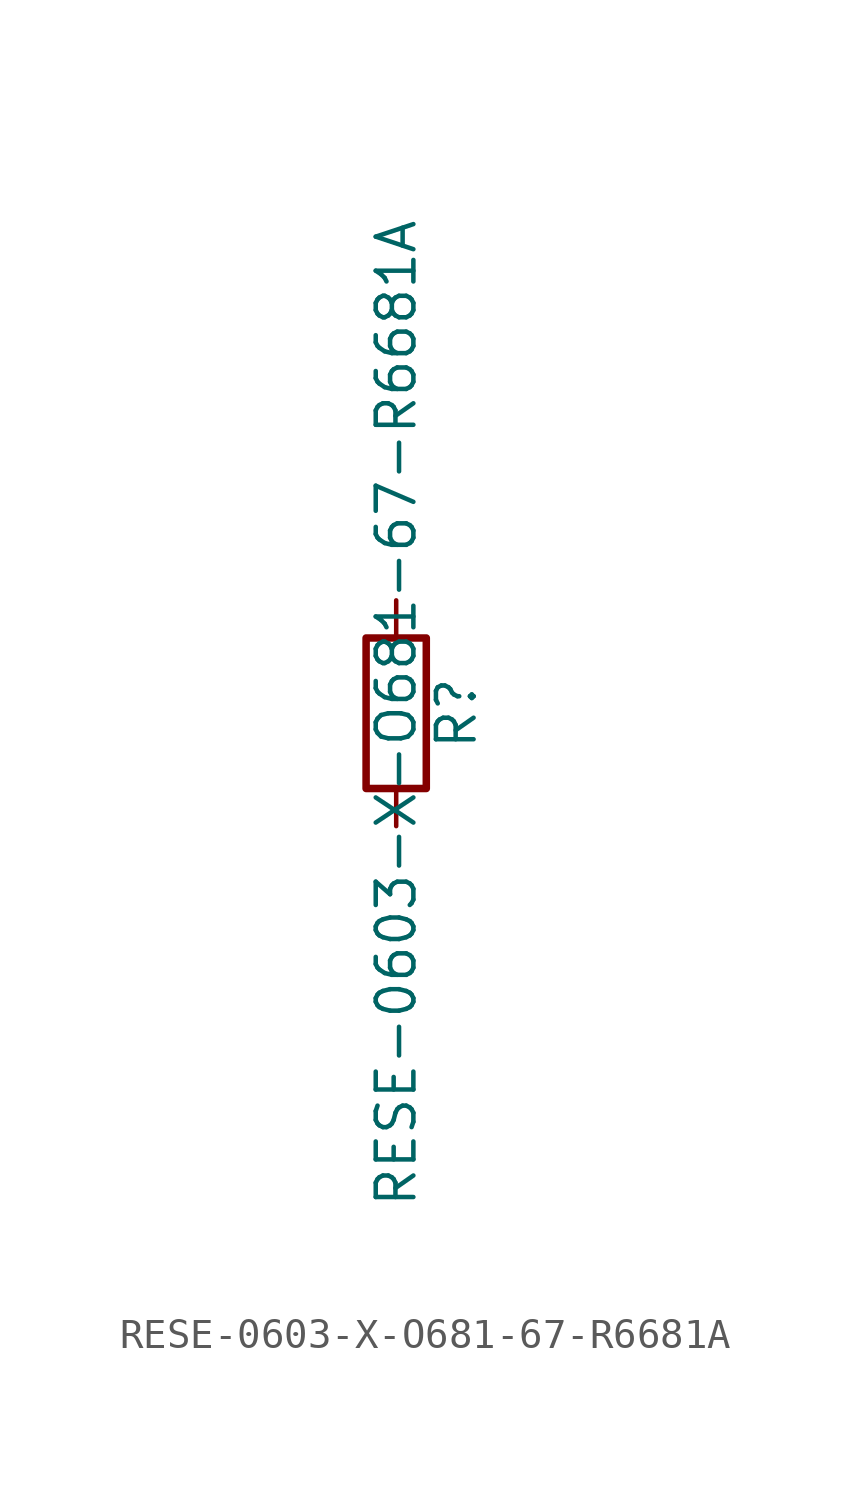
<source format=kicad_sym>
(kicad_symbol_lib
  (version 20211014)
  (generator kicad_symbol_editor)
  (symbol "RESE-0603-X-O681-67-R6681A"
    (pin_numbers hide)
    (pin_names
      (offset 0))
    (property "Reference" "R"
      (at 2.032 0 90)
      (effects (font (size 1.27 1.27))))
    (property "Value" "RESE-0603-X-O681-67-R6681A"
      (at 0 0 90)
      (effects (font (size 1.27 1.27))))
    (symbol "RESE-0603-X-O681-67-R6681A_0_1"
      (rectangle (start -1.016 -2.54) (end 1.016 2.54) (stroke (width 0.254) (type default) (color 0 0 0 0)) (fill (type none))))
    (symbol "RESE-0603-X-O681-67-R6681A_1_1"
      (pin passive line (at 0 3.81 270) (length 1.27) (name "~" (effects (font (size 1.27 1.27)))) (number "1" (effects (font (size 1.27 1.27)))))
      (pin passive line (at 0 -3.81 90) (length 1.27) (name "~" (effects (font (size 1.27 1.27)))) (number "2" (effects (font (size 1.27 1.27))))))))
</source>
